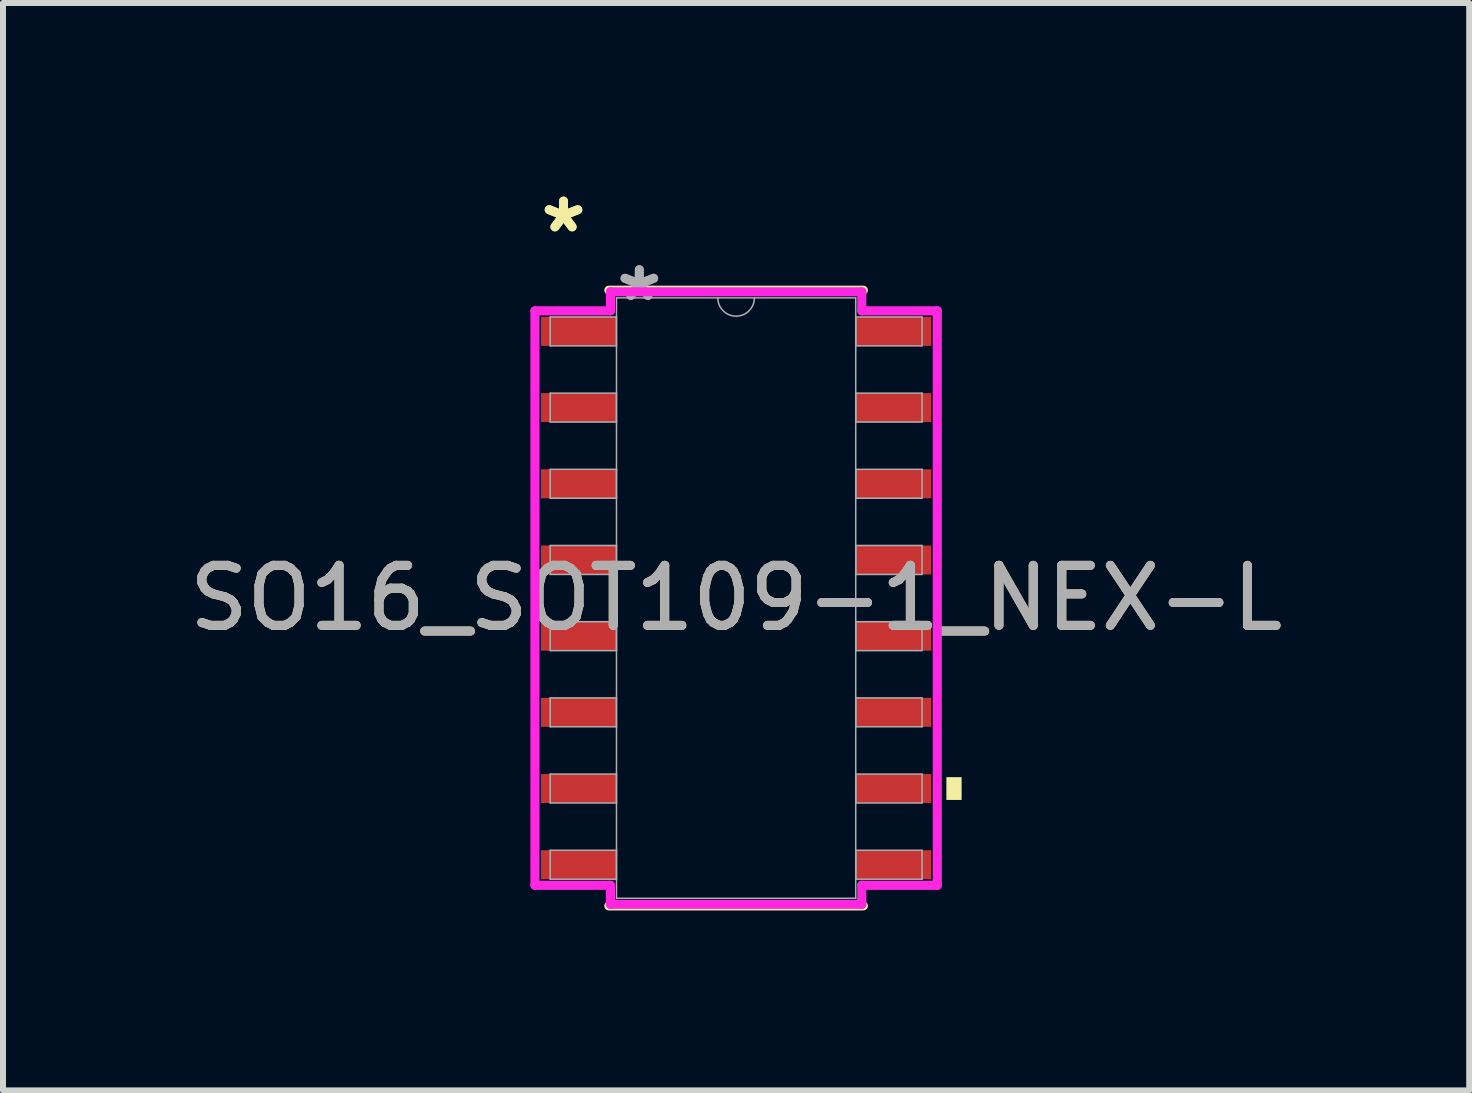
<source format=kicad_pcb>
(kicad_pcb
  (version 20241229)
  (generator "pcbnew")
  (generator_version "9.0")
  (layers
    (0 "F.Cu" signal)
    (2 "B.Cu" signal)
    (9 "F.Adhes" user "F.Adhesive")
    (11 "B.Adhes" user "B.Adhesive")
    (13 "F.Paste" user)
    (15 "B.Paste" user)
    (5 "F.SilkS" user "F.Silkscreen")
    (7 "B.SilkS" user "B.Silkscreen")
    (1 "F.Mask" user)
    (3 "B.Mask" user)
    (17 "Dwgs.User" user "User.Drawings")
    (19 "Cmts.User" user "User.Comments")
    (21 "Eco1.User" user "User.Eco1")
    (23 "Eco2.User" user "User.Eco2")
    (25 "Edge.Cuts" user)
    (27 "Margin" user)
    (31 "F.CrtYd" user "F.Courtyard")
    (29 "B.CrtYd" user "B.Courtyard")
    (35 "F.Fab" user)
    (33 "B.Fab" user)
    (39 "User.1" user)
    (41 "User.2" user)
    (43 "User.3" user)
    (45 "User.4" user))
  (footprint "SO16_SOT109-1_NEX-L"
    (layer "F.Cu")
    (at 9.22 6.919)
    (property "Reference" "SO16_SOT109-1_NEX-L" (at 0 0 0) (unlocked yes) (layer "F.SilkS") (effects (font (size 1 1) (thickness 0.15))))
    (attr smd)
    (fp_line (start -2.121 5.131) (end 2.121 5.131) (stroke (width 0.152) (type solid)) (layer "F.SilkS"))
    (fp_line (start 2.121 -5.131) (end -2.121 -5.131) (stroke (width 0.152) (type solid)) (layer "F.SilkS"))
    (fp_poly (pts (xy 3.759 2.985) (xy 3.759 3.365) (xy 3.505 3.365) (xy 3.505 2.985)) (stroke (width 0) (type solid)) (fill yes) (layer "F.SilkS"))
    (fp_line (start -3.353 -4.788) (end -2.095 -4.788) (stroke (width 0.152) (type solid)) (layer "F.CrtYd"))
    (fp_line (start -3.353 4.788) (end -3.353 -4.788) (stroke (width 0.152) (type solid)) (layer "F.CrtYd"))
    (fp_line (start -3.353 4.788) (end -2.095 4.788) (stroke (width 0.152) (type solid)) (layer "F.CrtYd"))
    (fp_line (start -2.095 -5.105) (end 2.095 -5.105) (stroke (width 0.152) (type solid)) (layer "F.CrtYd"))
    (fp_line (start -2.095 -4.788) (end -2.095 -5.105) (stroke (width 0.152) (type solid)) (layer "F.CrtYd"))
    (fp_line (start -2.095 5.105) (end -2.095 4.788) (stroke (width 0.152) (type solid)) (layer "F.CrtYd"))
    (fp_line (start 2.095 -5.105) (end 2.095 -4.788) (stroke (width 0.152) (type solid)) (layer "F.CrtYd"))
    (fp_line (start 2.095 4.788) (end 2.095 5.105) (stroke (width 0.152) (type solid)) (layer "F.CrtYd"))
    (fp_line (start 2.095 5.105) (end -2.095 5.105) (stroke (width 0.152) (type solid)) (layer "F.CrtYd"))
    (fp_line (start 3.353 -4.788) (end 2.095 -4.788) (stroke (width 0.152) (type solid)) (layer "F.CrtYd"))
    (fp_line (start 3.353 -4.788) (end 3.353 4.788) (stroke (width 0.152) (type solid)) (layer "F.CrtYd"))
    (fp_line (start 3.353 4.788) (end 2.095 4.788) (stroke (width 0.152) (type solid)) (layer "F.CrtYd"))
    (fp_line (start -3.099 -4.686) (end -3.099 -4.204) (stroke (width 0.025) (type solid)) (layer "F.Fab"))
    (fp_line (start -3.099 -4.204) (end -1.994 -4.204) (stroke (width 0.025) (type solid)) (layer "F.Fab"))
    (fp_line (start -3.099 -3.416) (end -3.099 -2.934) (stroke (width 0.025) (type solid)) (layer "F.Fab"))
    (fp_line (start -3.099 -2.934) (end -1.994 -2.934) (stroke (width 0.025) (type solid)) (layer "F.Fab"))
    (fp_line (start -3.099 -2.146) (end -3.099 -1.664) (stroke (width 0.025) (type solid)) (layer "F.Fab"))
    (fp_line (start -3.099 -1.664) (end -1.994 -1.664) (stroke (width 0.025) (type solid)) (layer "F.Fab"))
    (fp_line (start -3.099 -0.876) (end -3.099 -0.394) (stroke (width 0.025) (type solid)) (layer "F.Fab"))
    (fp_line (start -3.099 -0.394) (end -1.994 -0.394) (stroke (width 0.025) (type solid)) (layer "F.Fab"))
    (fp_line (start -3.099 0.394) (end -3.099 0.876) (stroke (width 0.025) (type solid)) (layer "F.Fab"))
    (fp_line (start -3.099 0.876) (end -1.994 0.876) (stroke (width 0.025) (type solid)) (layer "F.Fab"))
    (fp_line (start -3.099 1.664) (end -3.099 2.146) (stroke (width 0.025) (type solid)) (layer "F.Fab"))
    (fp_line (start -3.099 2.146) (end -1.994 2.146) (stroke (width 0.025) (type solid)) (layer "F.Fab"))
    (fp_line (start -3.099 2.934) (end -3.099 3.416) (stroke (width 0.025) (type solid)) (layer "F.Fab"))
    (fp_line (start -3.099 3.416) (end -1.994 3.416) (stroke (width 0.025) (type solid)) (layer "F.Fab"))
    (fp_line (start -3.099 4.204) (end -3.099 4.686) (stroke (width 0.025) (type solid)) (layer "F.Fab"))
    (fp_line (start -3.099 4.686) (end -1.994 4.686) (stroke (width 0.025) (type solid)) (layer "F.Fab"))
    (fp_line (start -1.994 -5.004) (end -1.994 5.004) (stroke (width 0.025) (type solid)) (layer "F.Fab"))
    (fp_line (start -1.994 -4.686) (end -3.099 -4.686) (stroke (width 0.025) (type solid)) (layer "F.Fab"))
    (fp_line (start -1.994 -4.204) (end -1.994 -4.686) (stroke (width 0.025) (type solid)) (layer "F.Fab"))
    (fp_line (start -1.994 -3.416) (end -3.099 -3.416) (stroke (width 0.025) (type solid)) (layer "F.Fab"))
    (fp_line (start -1.994 -2.934) (end -1.994 -3.416) (stroke (width 0.025) (type solid)) (layer "F.Fab"))
    (fp_line (start -1.994 -2.146) (end -3.099 -2.146) (stroke (width 0.025) (type solid)) (layer "F.Fab"))
    (fp_line (start -1.994 -1.664) (end -1.994 -2.146) (stroke (width 0.025) (type solid)) (layer "F.Fab"))
    (fp_line (start -1.994 -0.876) (end -3.099 -0.876) (stroke (width 0.025) (type solid)) (layer "F.Fab"))
    (fp_line (start -1.994 -0.394) (end -1.994 -0.876) (stroke (width 0.025) (type solid)) (layer "F.Fab"))
    (fp_line (start -1.994 0.394) (end -3.099 0.394) (stroke (width 0.025) (type solid)) (layer "F.Fab"))
    (fp_line (start -1.994 0.876) (end -1.994 0.394) (stroke (width 0.025) (type solid)) (layer "F.Fab"))
    (fp_line (start -1.994 1.664) (end -3.099 1.664) (stroke (width 0.025) (type solid)) (layer "F.Fab"))
    (fp_line (start -1.994 2.146) (end -1.994 1.664) (stroke (width 0.025) (type solid)) (layer "F.Fab"))
    (fp_line (start -1.994 2.934) (end -3.099 2.934) (stroke (width 0.025) (type solid)) (layer "F.Fab"))
    (fp_line (start -1.994 3.416) (end -1.994 2.934) (stroke (width 0.025) (type solid)) (layer "F.Fab"))
    (fp_line (start -1.994 4.204) (end -3.099 4.204) (stroke (width 0.025) (type solid)) (layer "F.Fab"))
    (fp_line (start -1.994 4.686) (end -1.994 4.204) (stroke (width 0.025) (type solid)) (layer "F.Fab"))
    (fp_line (start -1.994 5.004) (end 1.994 5.004) (stroke (width 0.025) (type solid)) (layer "F.Fab"))
    (fp_line (start 1.994 -5.004) (end -1.994 -5.004) (stroke (width 0.025) (type solid)) (layer "F.Fab"))
    (fp_line (start 1.994 -4.686) (end 1.994 -4.204) (stroke (width 0.025) (type solid)) (layer "F.Fab"))
    (fp_line (start 1.994 -4.204) (end 3.099 -4.204) (stroke (width 0.025) (type solid)) (layer "F.Fab"))
    (fp_line (start 1.994 -3.416) (end 1.994 -2.934) (stroke (width 0.025) (type solid)) (layer "F.Fab"))
    (fp_line (start 1.994 -2.934) (end 3.099 -2.934) (stroke (width 0.025) (type solid)) (layer "F.Fab"))
    (fp_line (start 1.994 -2.146) (end 1.994 -1.664) (stroke (width 0.025) (type solid)) (layer "F.Fab"))
    (fp_line (start 1.994 -1.664) (end 3.099 -1.664) (stroke (width 0.025) (type solid)) (layer "F.Fab"))
    (fp_line (start 1.994 -0.876) (end 1.994 -0.394) (stroke (width 0.025) (type solid)) (layer "F.Fab"))
    (fp_line (start 1.994 -0.394) (end 3.099 -0.394) (stroke (width 0.025) (type solid)) (layer "F.Fab"))
    (fp_line (start 1.994 0.394) (end 1.994 0.876) (stroke (width 0.025) (type solid)) (layer "F.Fab"))
    (fp_line (start 1.994 0.876) (end 3.099 0.876) (stroke (width 0.025) (type solid)) (layer "F.Fab"))
    (fp_line (start 1.994 1.664) (end 1.994 2.146) (stroke (width 0.025) (type solid)) (layer "F.Fab"))
    (fp_line (start 1.994 2.146) (end 3.099 2.146) (stroke (width 0.025) (type solid)) (layer "F.Fab"))
    (fp_line (start 1.994 2.934) (end 1.994 3.416) (stroke (width 0.025) (type solid)) (layer "F.Fab"))
    (fp_line (start 1.994 3.416) (end 3.099 3.416) (stroke (width 0.025) (type solid)) (layer "F.Fab"))
    (fp_line (start 1.994 4.204) (end 1.994 4.686) (stroke (width 0.025) (type solid)) (layer "F.Fab"))
    (fp_line (start 1.994 4.686) (end 3.099 4.686) (stroke (width 0.025) (type solid)) (layer "F.Fab"))
    (fp_line (start 1.994 5.004) (end 1.994 -5.004) (stroke (width 0.025) (type solid)) (layer "F.Fab"))
    (fp_line (start 3.099 -4.686) (end 1.994 -4.686) (stroke (width 0.025) (type solid)) (layer "F.Fab"))
    (fp_line (start 3.099 -4.204) (end 3.099 -4.686) (stroke (width 0.025) (type solid)) (layer "F.Fab"))
    (fp_line (start 3.099 -3.416) (end 1.994 -3.416) (stroke (width 0.025) (type solid)) (layer "F.Fab"))
    (fp_line (start 3.099 -2.934) (end 3.099 -3.416) (stroke (width 0.025) (type solid)) (layer "F.Fab"))
    (fp_line (start 3.099 -2.146) (end 1.994 -2.146) (stroke (width 0.025) (type solid)) (layer "F.Fab"))
    (fp_line (start 3.099 -1.664) (end 3.099 -2.146) (stroke (width 0.025) (type solid)) (layer "F.Fab"))
    (fp_line (start 3.099 -0.876) (end 1.994 -0.876) (stroke (width 0.025) (type solid)) (layer "F.Fab"))
    (fp_line (start 3.099 -0.394) (end 3.099 -0.876) (stroke (width 0.025) (type solid)) (layer "F.Fab"))
    (fp_line (start 3.099 0.394) (end 1.994 0.394) (stroke (width 0.025) (type solid)) (layer "F.Fab"))
    (fp_line (start 3.099 0.876) (end 3.099 0.394) (stroke (width 0.025) (type solid)) (layer "F.Fab"))
    (fp_line (start 3.099 1.664) (end 1.994 1.664) (stroke (width 0.025) (type solid)) (layer "F.Fab"))
    (fp_line (start 3.099 2.146) (end 3.099 1.664) (stroke (width 0.025) (type solid)) (layer "F.Fab"))
    (fp_line (start 3.099 2.934) (end 1.994 2.934) (stroke (width 0.025) (type solid)) (layer "F.Fab"))
    (fp_line (start 3.099 3.416) (end 3.099 2.934) (stroke (width 0.025) (type solid)) (layer "F.Fab"))
    (fp_line (start 3.099 4.204) (end 1.994 4.204) (stroke (width 0.025) (type solid)) (layer "F.Fab"))
    (fp_line (start 3.099 4.686) (end 3.099 4.204) (stroke (width 0.025) (type solid)) (layer "F.Fab"))
    (fp_arc (start 0.3048 -5.0038) (mid 0 -4.699) (end -0.3048 -5.0038) (stroke (width 0.0254) (type solid)) (layer "F.Fab"))
    (fp_text user "*" (at -2.877 -6.071 0) (unlocked yes) (layer "F.SilkS") (effects (font (size 1 1) (thickness 0.15))))
    (fp_text user "*" (at -2.877 -6.071 0) (layer "F.SilkS") (effects (font (size 1 1) (thickness 0.15))))
    (fp_text user "*" (at -1.613 -4.928 0) (layer "F.Fab") (effects (font (size 1 1) (thickness 0.15))))
    (fp_text user "${REFERENCE}" (at 0 0 0) (unlocked yes) (layer "F.Fab") (effects (font (size 1 1) (thickness 0.15))))
    (fp_text user "*" (at -1.613 -4.928 0) (unlocked yes) (layer "F.Fab") (effects (font (size 1 1) (thickness 0.15))))
    (pad "1" smd rect (at -2.623 -4.445) (size 1.257 0.483) (layers "F.Cu" "F.Mask" "F.Paste"))
    (pad "2" smd rect (at -2.623 -3.175) (size 1.257 0.483) (layers "F.Cu" "F.Mask" "F.Paste"))
    (pad "3" smd rect (at -2.623 -1.905) (size 1.257 0.483) (layers "F.Cu" "F.Mask" "F.Paste"))
    (pad "4" smd rect (at -2.623 -0.635) (size 1.257 0.483) (layers "F.Cu" "F.Mask" "F.Paste"))
    (pad "5" smd rect (at -2.623 0.635) (size 1.257 0.483) (layers "F.Cu" "F.Mask" "F.Paste"))
    (pad "6" smd rect (at -2.623 1.905) (size 1.257 0.483) (layers "F.Cu" "F.Mask" "F.Paste"))
    (pad "7" smd rect (at -2.623 3.175) (size 1.257 0.483) (layers "F.Cu" "F.Mask" "F.Paste"))
    (pad "8" smd rect (at -2.623 4.445) (size 1.257 0.483) (layers "F.Cu" "F.Mask" "F.Paste"))
    (pad "9" smd rect (at 2.623 4.445) (size 1.257 0.483) (layers "F.Cu" "F.Mask" "F.Paste"))
    (pad "10" smd rect (at 2.623 3.175) (size 1.257 0.483) (layers "F.Cu" "F.Mask" "F.Paste"))
    (pad "11" smd rect (at 2.623 1.905) (size 1.257 0.483) (layers "F.Cu" "F.Mask" "F.Paste"))
    (pad "12" smd rect (at 2.623 0.635) (size 1.257 0.483) (layers "F.Cu" "F.Mask" "F.Paste"))
    (pad "13" smd rect (at 2.623 -0.635) (size 1.257 0.483) (layers "F.Cu" "F.Mask" "F.Paste"))
    (pad "14" smd rect (at 2.623 -1.905) (size 1.257 0.483) (layers "F.Cu" "F.Mask" "F.Paste"))
    (pad "15" smd rect (at 2.623 -3.175) (size 1.257 0.483) (layers "F.Cu" "F.Mask" "F.Paste"))
    (pad "16" smd rect (at 2.623 -4.445) (size 1.257 0.483) (layers "F.Cu" "F.Mask" "F.Paste")))
  (gr_rect
    (start -3 -3)
    (end 21.44 15.126)
    (stroke (width 0.1) (type default))
    (fill no)
    (layer "Edge.Cuts")))
</source>
